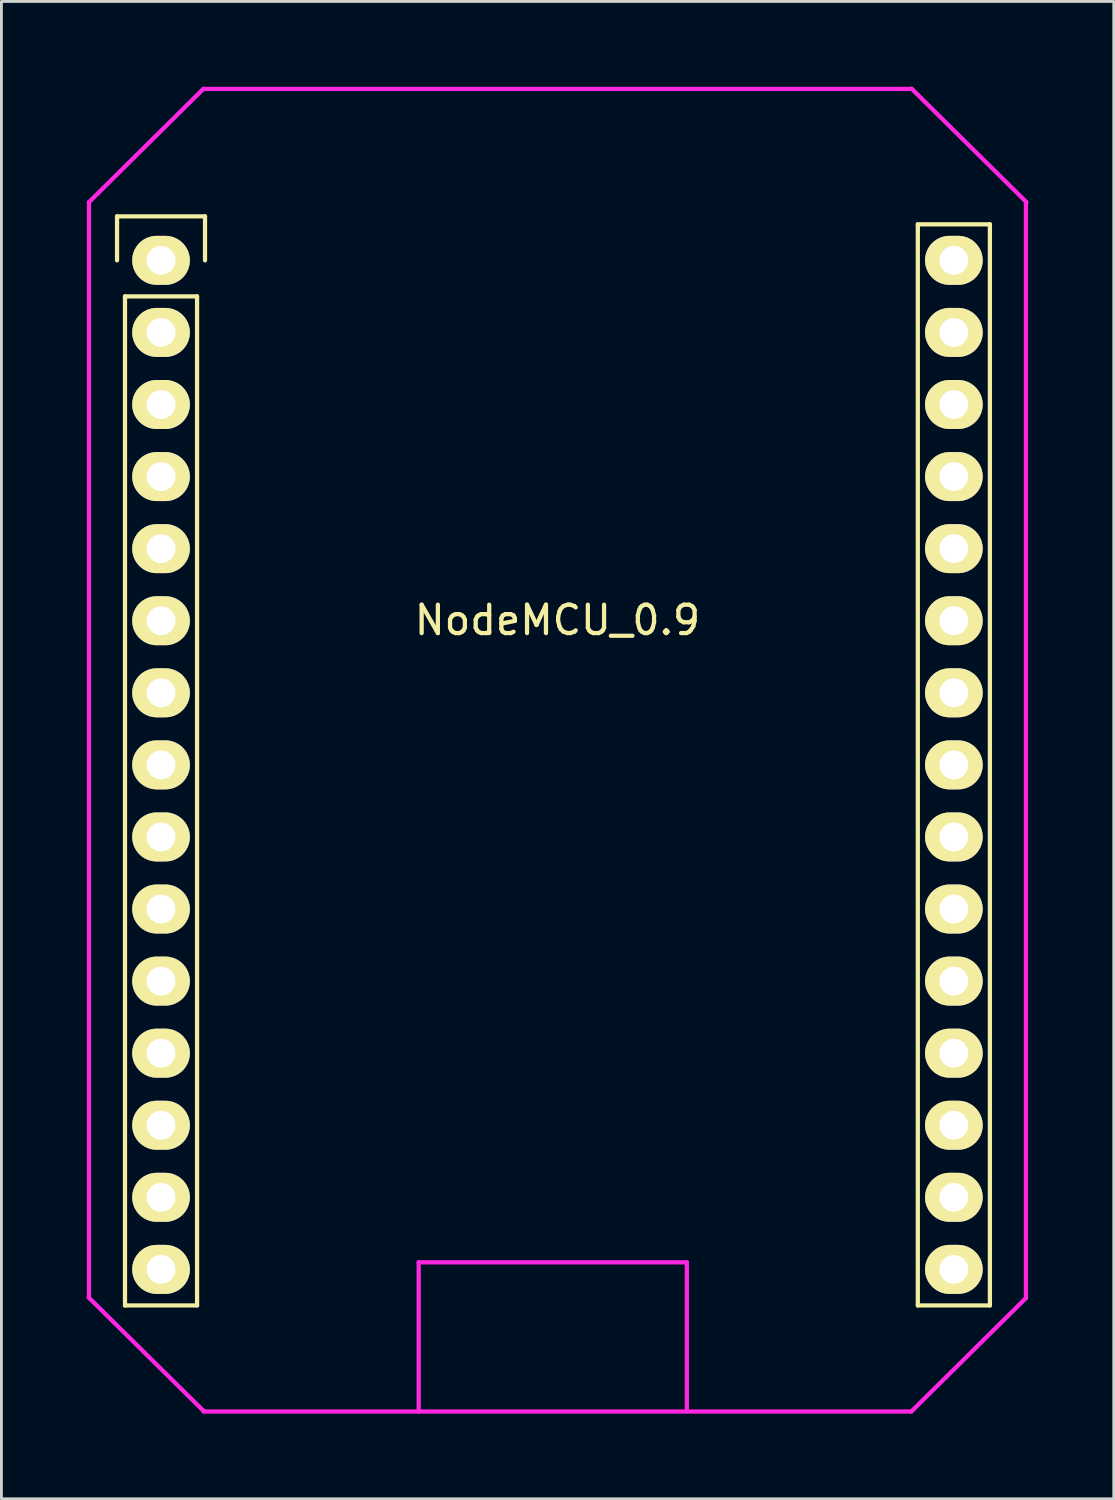
<source format=kicad_pcb>
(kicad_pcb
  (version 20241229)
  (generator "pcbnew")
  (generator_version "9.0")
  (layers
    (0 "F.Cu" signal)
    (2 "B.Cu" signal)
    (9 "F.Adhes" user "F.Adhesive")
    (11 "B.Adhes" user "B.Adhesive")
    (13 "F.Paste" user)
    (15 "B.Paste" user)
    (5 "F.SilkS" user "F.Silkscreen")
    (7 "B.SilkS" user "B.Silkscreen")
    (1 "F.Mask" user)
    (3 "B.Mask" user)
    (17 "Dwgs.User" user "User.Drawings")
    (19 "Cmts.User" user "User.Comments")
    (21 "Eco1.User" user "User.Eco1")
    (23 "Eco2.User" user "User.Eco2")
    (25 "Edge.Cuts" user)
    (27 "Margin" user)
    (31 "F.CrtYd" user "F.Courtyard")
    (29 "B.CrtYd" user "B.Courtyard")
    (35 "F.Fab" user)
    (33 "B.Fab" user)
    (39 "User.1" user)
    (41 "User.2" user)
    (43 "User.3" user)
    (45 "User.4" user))
  (footprint "NodeMCU_0.9"
    (layer "F.Cu")
    (at 2.625 6.125)
    (property "Reference" "NodeMCU_0.9" (at 13.97 12.68 0) (layer "F.SilkS") (effects (font (size 1 1) (thickness 0.15))))
    (attr through_hole)
    (fp_line (start -1.55 -1.55) (end 1.55 -1.55) (stroke (width 0.15) (type solid)) (layer "F.SilkS"))
    (fp_line (start -1.55 0) (end -1.55 -1.55) (stroke (width 0.15) (type solid)) (layer "F.SilkS"))
    (fp_line (start -1.27 1.27) (end -1.27 36.83) (stroke (width 0.15) (type solid)) (layer "F.SilkS"))
    (fp_line (start -1.27 36.83) (end 1.27 36.83) (stroke (width 0.15) (type solid)) (layer "F.SilkS"))
    (fp_line (start 1.27 1.27) (end -1.27 1.27) (stroke (width 0.15) (type solid)) (layer "F.SilkS"))
    (fp_line (start 1.27 36.83) (end 1.27 1.27) (stroke (width 0.15) (type solid)) (layer "F.SilkS"))
    (fp_line (start 1.55 -1.55) (end 1.55 0) (stroke (width 0.15) (type solid)) (layer "F.SilkS"))
    (fp_line (start 26.67 -1.27) (end 26.67 36.83) (stroke (width 0.15) (type solid)) (layer "F.SilkS"))
    (fp_line (start 26.67 36.83) (end 29.21 36.83) (stroke (width 0.15) (type solid)) (layer "F.SilkS"))
    (fp_line (start 29.21 -1.27) (end 26.67 -1.27) (stroke (width 0.15) (type solid)) (layer "F.SilkS"))
    (fp_line (start 29.21 36.83) (end 29.21 -1.27) (stroke (width 0.15) (type solid)) (layer "F.SilkS"))
    (fp_line (start -2.54 36.55) (end -2.54 -2.05) (stroke (width 0.15) (type solid)) (layer "F.CrtYd"))
    (fp_line (start 1.498 -6.04) (end 26.45 -6.04) (stroke (width 0.15) (type solid)) (layer "F.CrtYd"))
    (fp_line (start 1.5 40.569) (end 26.44 40.569) (stroke (width 0.15) (type solid)) (layer "F.CrtYd"))
    (fp_line (start 1.5 -6.05) (end -2.54 -2.05) (stroke (width 0.15) (type solid)) (layer "F.CrtYd"))
    (fp_line (start 1.5 40.55) (end -2.55 36.55) (stroke (width 0.15) (type solid)) (layer "F.CrtYd"))
    (fp_line (start 9.08 35.31) (end 18.53 35.31) (stroke (width 0.15) (type solid)) (layer "F.CrtYd"))
    (fp_line (start 9.08 40.57) (end 9.08 35.31) (stroke (width 0.15) (type solid)) (layer "F.CrtYd"))
    (fp_line (start 18.53 35.31) (end 18.53 40.56) (stroke (width 0.15) (type solid)) (layer "F.CrtYd"))
    (fp_line (start 30.48 -2.05) (end 30.48 36.57) (stroke (width 0.15) (type solid)) (layer "F.CrtYd"))
    (fp_line (start 30.48 36.57) (end 26.44 40.57) (stroke (width 0.15) (type solid)) (layer "F.CrtYd"))
    (fp_line (start 30.5 -2.05) (end 26.45 -6.05) (stroke (width 0.15) (type solid)) (layer "F.CrtYd"))
    (pad "1" thru_hole oval (at 0 0) (size 2.032 1.727) (drill 1.016) (layers "*.Cu" "*.Mask" "F.SilkS"))
    (pad "2" thru_hole oval (at 0 2.54) (size 2.032 1.727) (drill 1.016) (layers "*.Cu" "*.Mask" "F.SilkS"))
    (pad "3" thru_hole oval (at 0 5.08) (size 2.032 1.727) (drill 1.016) (layers "*.Cu" "*.Mask" "F.SilkS"))
    (pad "4" thru_hole oval (at 0 7.62) (size 2.032 1.727) (drill 1.016) (layers "*.Cu" "*.Mask" "F.SilkS"))
    (pad "5" thru_hole oval (at 0 10.16) (size 2.032 1.727) (drill 1.016) (layers "*.Cu" "*.Mask" "F.SilkS"))
    (pad "6" thru_hole oval (at 0 12.7) (size 2.032 1.727) (drill 1.016) (layers "*.Cu" "*.Mask" "F.SilkS"))
    (pad "7" thru_hole oval (at 0 15.24) (size 2.032 1.727) (drill 1.016) (layers "*.Cu" "*.Mask" "F.SilkS"))
    (pad "8" thru_hole oval (at 0 17.78) (size 2.032 1.727) (drill 1.016) (layers "*.Cu" "*.Mask" "F.SilkS"))
    (pad "9" thru_hole oval (at 0 20.32) (size 2.032 1.727) (drill 1.016) (layers "*.Cu" "*.Mask" "F.SilkS"))
    (pad "10" thru_hole oval (at 0 22.86) (size 2.032 1.727) (drill 1.016) (layers "*.Cu" "*.Mask" "F.SilkS"))
    (pad "11" thru_hole oval (at 0 25.4) (size 2.032 1.727) (drill 1.016) (layers "*.Cu" "*.Mask" "F.SilkS"))
    (pad "12" thru_hole oval (at 0 27.94) (size 2.032 1.727) (drill 1.016) (layers "*.Cu" "*.Mask" "F.SilkS"))
    (pad "13" thru_hole oval (at 0 30.48) (size 2.032 1.727) (drill 1.016) (layers "*.Cu" "*.Mask" "F.SilkS"))
    (pad "14" thru_hole oval (at 0 33.02) (size 2.032 1.727) (drill 1.016) (layers "*.Cu" "*.Mask" "F.SilkS"))
    (pad "15" thru_hole oval (at 0 35.56) (size 2.032 1.727) (drill 1.016) (layers "*.Cu" "*.Mask" "F.SilkS"))
    (pad "16" thru_hole oval (at 27.94 35.56) (size 2.032 1.727) (drill 1.016) (layers "*.Cu" "*.Mask" "F.SilkS"))
    (pad "17" thru_hole oval (at 27.94 33.02) (size 2.032 1.727) (drill 1.016) (layers "*.Cu" "*.Mask" "F.SilkS"))
    (pad "18" thru_hole oval (at 27.94 30.48) (size 2.032 1.727) (drill 1.016) (layers "*.Cu" "*.Mask" "F.SilkS"))
    (pad "19" thru_hole oval (at 27.94 27.94) (size 2.032 1.727) (drill 1.016) (layers "*.Cu" "*.Mask" "F.SilkS"))
    (pad "20" thru_hole oval (at 27.94 25.4) (size 2.032 1.727) (drill 1.016) (layers "*.Cu" "*.Mask" "F.SilkS"))
    (pad "21" thru_hole oval (at 27.94 22.86) (size 2.032 1.727) (drill 1.016) (layers "*.Cu" "*.Mask" "F.SilkS"))
    (pad "22" thru_hole oval (at 27.94 20.32) (size 2.032 1.727) (drill 1.016) (layers "*.Cu" "*.Mask" "F.SilkS"))
    (pad "23" thru_hole oval (at 27.94 17.78) (size 2.032 1.727) (drill 1.016) (layers "*.Cu" "*.Mask" "F.SilkS"))
    (pad "24" thru_hole oval (at 27.94 15.24) (size 2.032 1.727) (drill 1.016) (layers "*.Cu" "*.Mask" "F.SilkS"))
    (pad "25" thru_hole oval (at 27.94 12.7) (size 2.032 1.727) (drill 1.016) (layers "*.Cu" "*.Mask" "F.SilkS"))
    (pad "26" thru_hole oval (at 27.94 10.16) (size 2.032 1.727) (drill 1.016) (layers "*.Cu" "*.Mask" "F.SilkS"))
    (pad "27" thru_hole oval (at 27.94 7.62) (size 2.032 1.727) (drill 1.016) (layers "*.Cu" "*.Mask" "F.SilkS"))
    (pad "28" thru_hole oval (at 27.94 5.08) (size 2.032 1.727) (drill 1.016) (layers "*.Cu" "*.Mask" "F.SilkS"))
    (pad "29" thru_hole oval (at 27.94 2.54) (size 2.032 1.727) (drill 1.016) (layers "*.Cu" "*.Mask" "F.SilkS"))
    (pad "30" thru_hole oval (at 27.94 0) (size 2.032 1.727) (drill 1.016) (layers "*.Cu" "*.Mask" "F.SilkS")))
  (gr_rect
    (start -3 -3)
    (end 36.2 49.77)
    (stroke (width 0.1) (type default))
    (fill no)
    (layer "Edge.Cuts")))
</source>
